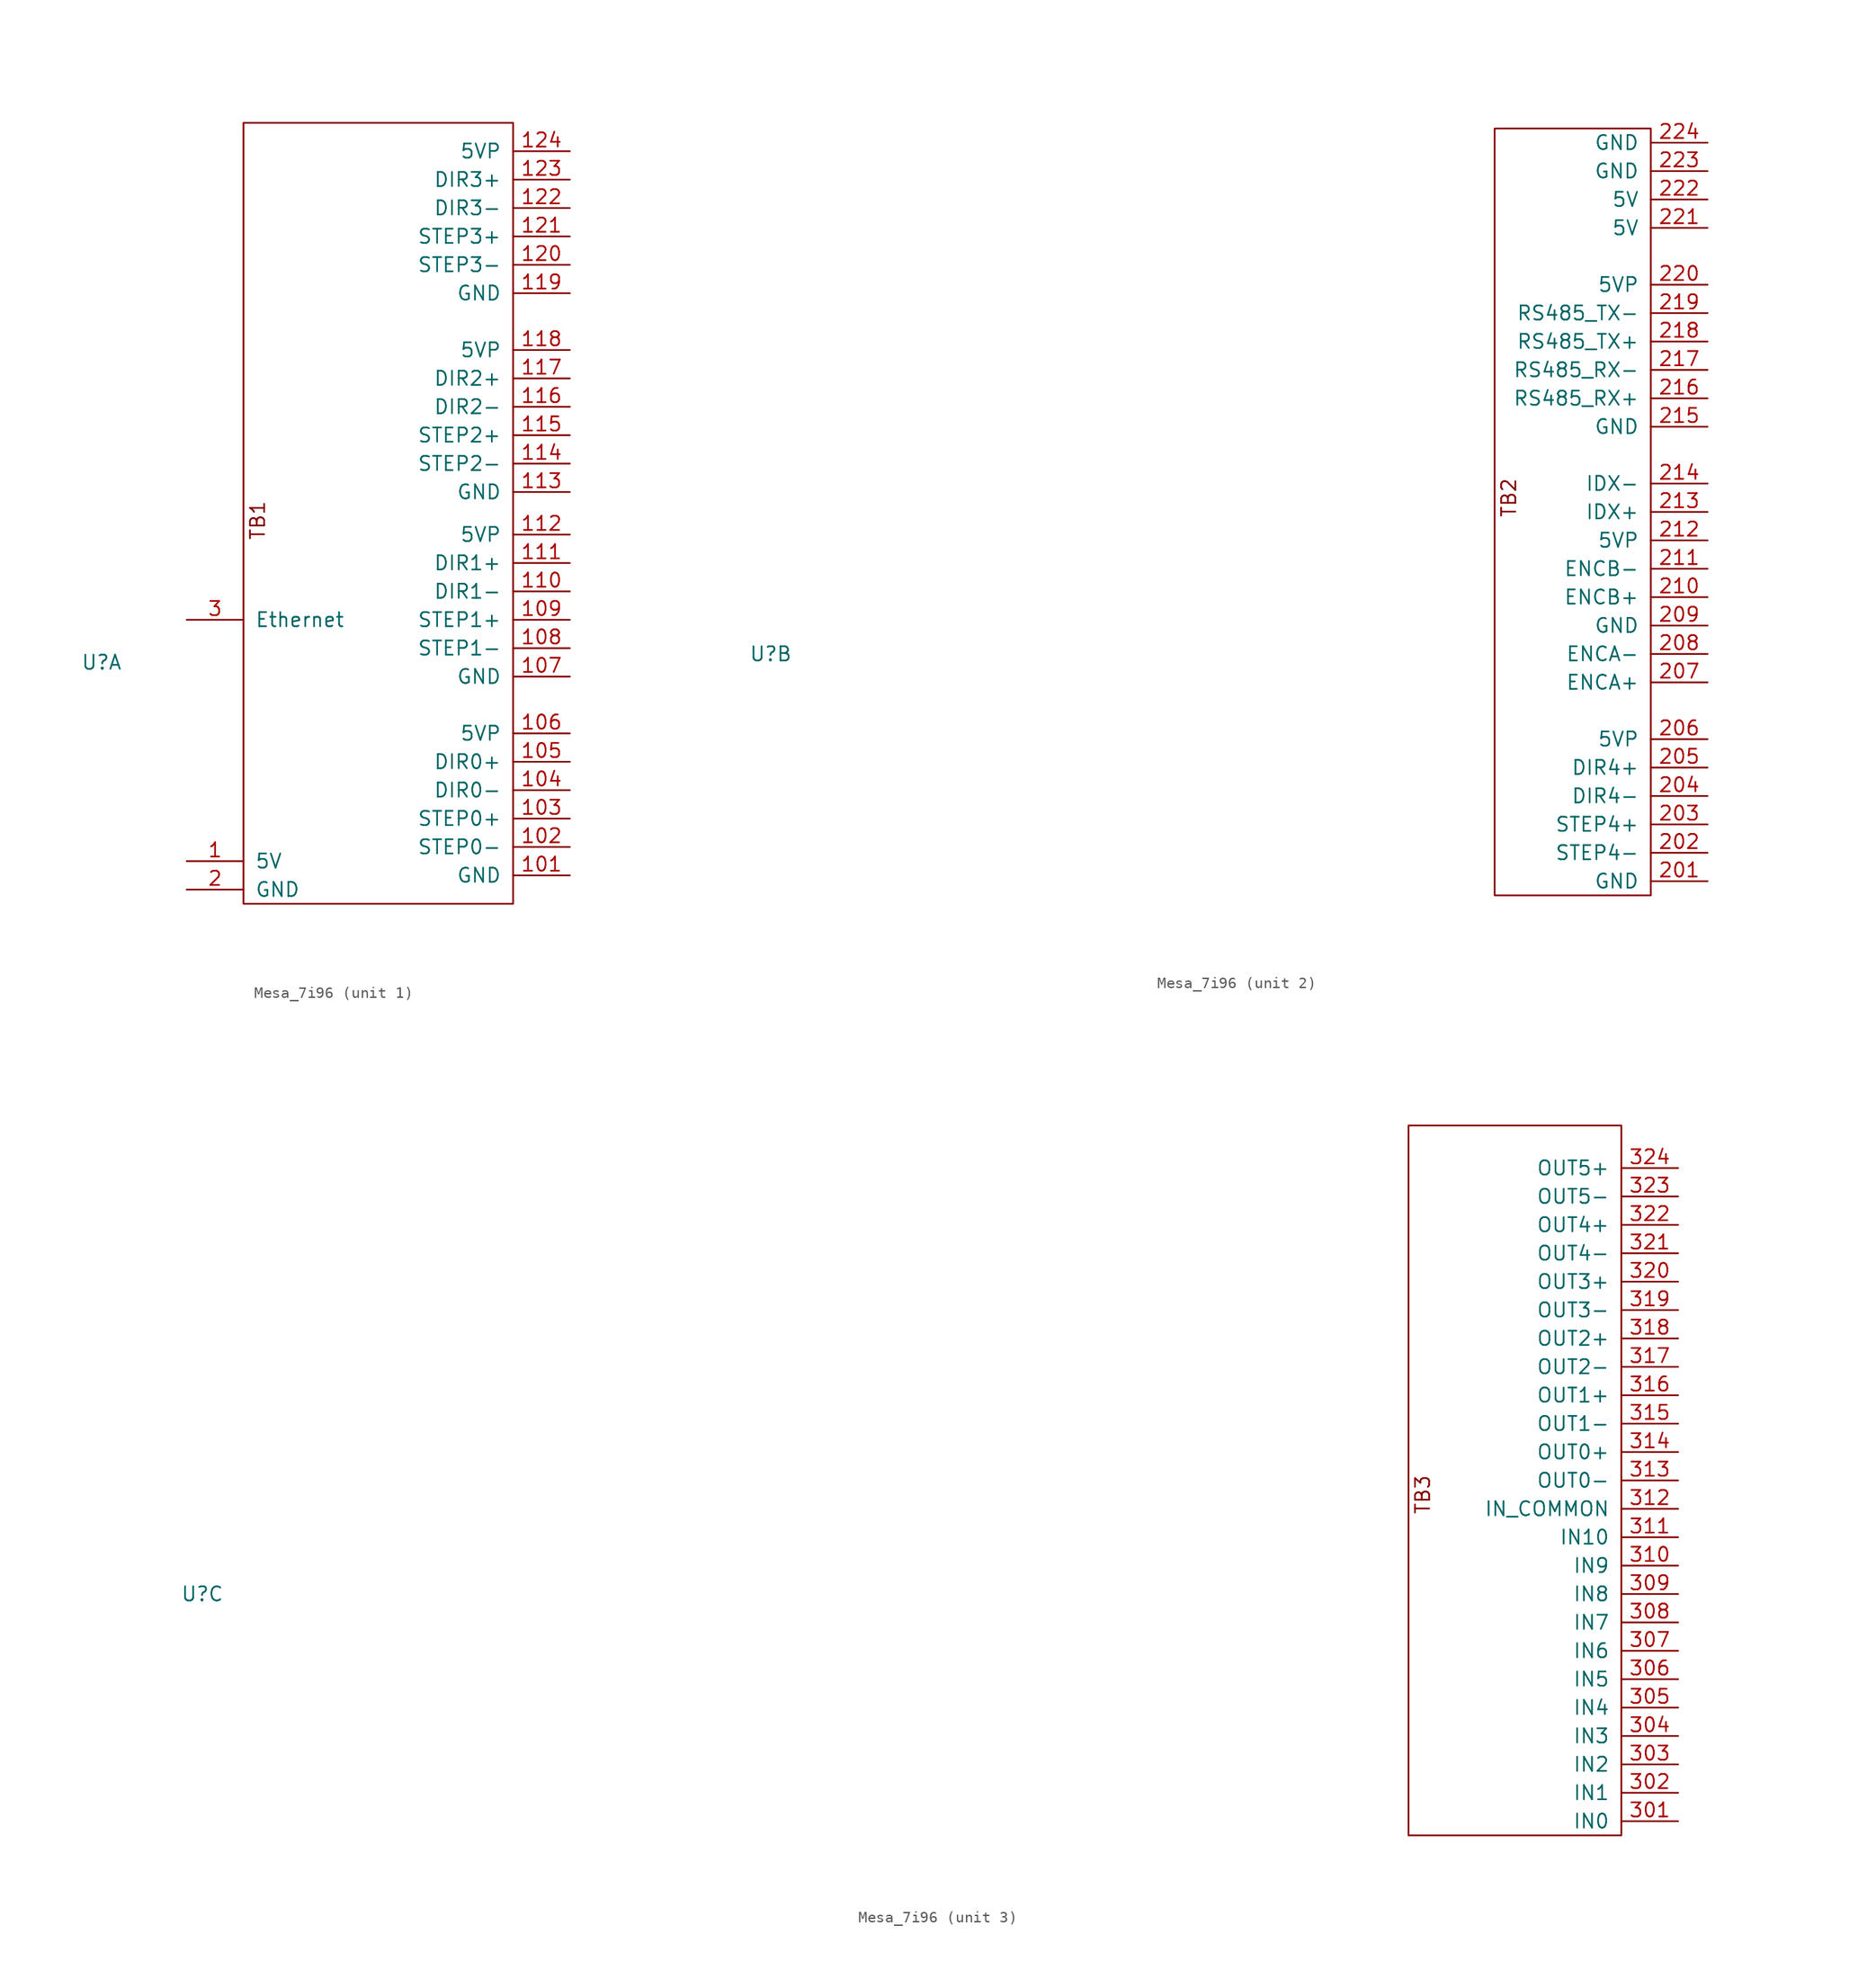
<source format=kicad_sym>
(kicad_symbol_lib
  (version 20231120)
  (generator "kicad_symbol_editor")
  (generator_version "8.0")
  (symbol "Mesa_7i96"
    (pin_names
      (offset 1.016))
    (property "Reference" "U"
      (at -43.18 21.59 0)
      (effects (font (size 1.27 1.27))))
    (property "Value" ""
      (at -43.18 21.59 0)
      (effects (font (size 1.27 1.27))))
    (symbol "Mesa_7i96_1_1"
      (rectangle (start -30.48 69.85) (end -6.35 0) (stroke (width 0) (type default)) (fill (type none)))
      (text "TB1" (at -29.21 34.29 900) (effects (font (size 1.27 1.27))))
      (pin power_in line (at -35.56 3.81 0) (length 5.08) (name "5V" (effects (font (size 1.27 1.27)))) (number "1" (effects (font (size 1.27 1.27)))))
      (pin power_out line (at -1.27 2.54 180) (length 5.08) (name "GND" (effects (font (size 1.27 1.27)))) (number "101" (effects (font (size 1.27 1.27)))))
      (pin output line (at -1.27 5.08 180) (length 5.08) (name "STEP0-" (effects (font (size 1.27 1.27)))) (number "102" (effects (font (size 1.27 1.27)))))
      (pin output line (at -1.27 7.62 180) (length 5.08) (name "STEP0+" (effects (font (size 1.27 1.27)))) (number "103" (effects (font (size 1.27 1.27)))))
      (pin output line (at -1.27 10.16 180) (length 5.08) (name "DIR0-" (effects (font (size 1.27 1.27)))) (number "104" (effects (font (size 1.27 1.27)))))
      (pin output line (at -1.27 12.7 180) (length 5.08) (name "DIR0+" (effects (font (size 1.27 1.27)))) (number "105" (effects (font (size 1.27 1.27)))))
      (pin power_out line (at -1.27 15.24 180) (length 5.08) (name "5VP" (effects (font (size 1.27 1.27)))) (number "106" (effects (font (size 1.27 1.27)))))
      (pin power_out line (at -1.27 20.32 180) (length 5.08) (name "GND" (effects (font (size 1.27 1.27)))) (number "107" (effects (font (size 1.27 1.27)))))
      (pin output line (at -1.27 22.86 180) (length 5.08) (name "STEP1-" (effects (font (size 1.27 1.27)))) (number "108" (effects (font (size 1.27 1.27)))))
      (pin output line (at -1.27 25.4 180) (length 5.08) (name "STEP1+" (effects (font (size 1.27 1.27)))) (number "109" (effects (font (size 1.27 1.27)))))
      (pin output line (at -1.27 27.94 180) (length 5.08) (name "DIR1-" (effects (font (size 1.27 1.27)))) (number "110" (effects (font (size 1.27 1.27)))))
      (pin output line (at -1.27 30.48 180) (length 5.08) (name "DIR1+" (effects (font (size 1.27 1.27)))) (number "111" (effects (font (size 1.27 1.27)))))
      (pin power_out line (at -1.27 33.02 180) (length 5.08) (name "5VP" (effects (font (size 1.27 1.27)))) (number "112" (effects (font (size 1.27 1.27)))))
      (pin power_out line (at -1.27 36.83 180) (length 5.08) (name "GND" (effects (font (size 1.27 1.27)))) (number "113" (effects (font (size 1.27 1.27)))))
      (pin output line (at -1.27 39.37 180) (length 5.08) (name "STEP2-" (effects (font (size 1.27 1.27)))) (number "114" (effects (font (size 1.27 1.27)))))
      (pin output line (at -1.27 41.91 180) (length 5.08) (name "STEP2+" (effects (font (size 1.27 1.27)))) (number "115" (effects (font (size 1.27 1.27)))))
      (pin output line (at -1.27 44.45 180) (length 5.08) (name "DIR2-" (effects (font (size 1.27 1.27)))) (number "116" (effects (font (size 1.27 1.27)))))
      (pin output line (at -1.27 46.99 180) (length 5.08) (name "DIR2+" (effects (font (size 1.27 1.27)))) (number "117" (effects (font (size 1.27 1.27)))))
      (pin power_out line (at -1.27 49.53 180) (length 5.08) (name "5VP" (effects (font (size 1.27 1.27)))) (number "118" (effects (font (size 1.27 1.27)))))
      (pin power_out line (at -1.27 54.61 180) (length 5.08) (name "GND" (effects (font (size 1.27 1.27)))) (number "119" (effects (font (size 1.27 1.27)))))
      (pin output line (at -1.27 57.15 180) (length 5.08) (name "STEP3-" (effects (font (size 1.27 1.27)))) (number "120" (effects (font (size 1.27 1.27)))))
      (pin output line (at -1.27 59.69 180) (length 5.08) (name "STEP3+" (effects (font (size 1.27 1.27)))) (number "121" (effects (font (size 1.27 1.27)))))
      (pin output line (at -1.27 62.23 180) (length 5.08) (name "DIR3-" (effects (font (size 1.27 1.27)))) (number "122" (effects (font (size 1.27 1.27)))))
      (pin output line (at -1.27 64.77 180) (length 5.08) (name "DIR3+" (effects (font (size 1.27 1.27)))) (number "123" (effects (font (size 1.27 1.27)))))
      (pin power_out line (at -1.27 67.31 180) (length 5.08) (name "5VP" (effects (font (size 1.27 1.27)))) (number "124" (effects (font (size 1.27 1.27)))))
      (pin power_in line (at -35.56 1.27 0) (length 5.08) (name "GND" (effects (font (size 1.27 1.27)))) (number "2" (effects (font (size 1.27 1.27)))))
      (pin bidirectional line (at -35.56 25.4 0) (length 5.08) (name "Ethernet" (effects (font (size 1.27 1.27)))) (number "3" (effects (font (size 1.27 1.27))))))
    (symbol "Mesa_7i96_2_1"
      (rectangle (start 21.59 68.58) (end 35.56 0) (stroke (width 0) (type default)) (fill (type none)))
      (text "TB2" (at 22.86 35.56 900) (effects (font (size 1.27 1.27))))
      (pin power_out line (at 40.64 1.27 180) (length 5.08) (name "GND" (effects (font (size 1.27 1.27)))) (number "201" (effects (font (size 1.27 1.27)))))
      (pin output line (at 40.64 3.81 180) (length 5.08) (name "STEP4-" (effects (font (size 1.27 1.27)))) (number "202" (effects (font (size 1.27 1.27)))))
      (pin output line (at 40.64 6.35 180) (length 5.08) (name "STEP4+" (effects (font (size 1.27 1.27)))) (number "203" (effects (font (size 1.27 1.27)))))
      (pin output line (at 40.64 8.89 180) (length 5.08) (name "DIR4-" (effects (font (size 1.27 1.27)))) (number "204" (effects (font (size 1.27 1.27)))))
      (pin output line (at 40.64 11.43 180) (length 5.08) (name "DIR4+" (effects (font (size 1.27 1.27)))) (number "205" (effects (font (size 1.27 1.27)))))
      (pin power_out line (at 40.64 13.97 180) (length 5.08) (name "5VP" (effects (font (size 1.27 1.27)))) (number "206" (effects (font (size 1.27 1.27)))))
      (pin input line (at 40.64 19.05 180) (length 5.08) (name "ENCA+" (effects (font (size 1.27 1.27)))) (number "207" (effects (font (size 1.27 1.27)))))
      (pin input line (at 40.64 21.59 180) (length 5.08) (name "ENCA-" (effects (font (size 1.27 1.27)))) (number "208" (effects (font (size 1.27 1.27)))))
      (pin power_out line (at 40.64 24.13 180) (length 5.08) (name "GND" (effects (font (size 1.27 1.27)))) (number "209" (effects (font (size 1.27 1.27)))))
      (pin input line (at 40.64 26.67 180) (length 5.08) (name "ENCB+" (effects (font (size 1.27 1.27)))) (number "210" (effects (font (size 1.27 1.27)))))
      (pin input line (at 40.64 29.21 180) (length 5.08) (name "ENCB-" (effects (font (size 1.27 1.27)))) (number "211" (effects (font (size 1.27 1.27)))))
      (pin power_out line (at 40.64 31.75 180) (length 5.08) (name "5VP" (effects (font (size 1.27 1.27)))) (number "212" (effects (font (size 1.27 1.27)))))
      (pin input line (at 40.64 34.29 180) (length 5.08) (name "IDX+" (effects (font (size 1.27 1.27)))) (number "213" (effects (font (size 1.27 1.27)))))
      (pin input line (at 40.64 36.83 180) (length 5.08) (name "IDX-" (effects (font (size 1.27 1.27)))) (number "214" (effects (font (size 1.27 1.27)))))
      (pin power_out line (at 40.64 41.91 180) (length 5.08) (name "GND" (effects (font (size 1.27 1.27)))) (number "215" (effects (font (size 1.27 1.27)))))
      (pin bidirectional line (at 40.64 44.45 180) (length 5.08) (name "RS485_RX+" (effects (font (size 1.27 1.27)))) (number "216" (effects (font (size 1.27 1.27)))))
      (pin bidirectional line (at 40.64 46.99 180) (length 5.08) (name "RS485_RX-" (effects (font (size 1.27 1.27)))) (number "217" (effects (font (size 1.27 1.27)))))
      (pin bidirectional line (at 40.64 49.53 180) (length 5.08) (name "RS485_TX+" (effects (font (size 1.27 1.27)))) (number "218" (effects (font (size 1.27 1.27)))))
      (pin bidirectional line (at 40.64 52.07 180) (length 5.08) (name "RS485_TX-" (effects (font (size 1.27 1.27)))) (number "219" (effects (font (size 1.27 1.27)))))
      (pin power_out line (at 40.64 54.61 180) (length 5.08) (name "5VP" (effects (font (size 1.27 1.27)))) (number "220" (effects (font (size 1.27 1.27)))))
      (pin power_in line (at 40.64 59.69 180) (length 5.08) (name "5V" (effects (font (size 1.27 1.27)))) (number "221" (effects (font (size 1.27 1.27)))))
      (pin power_in line (at 40.64 62.23 180) (length 5.08) (name "5V" (effects (font (size 1.27 1.27)))) (number "222" (effects (font (size 1.27 1.27)))))
      (pin power_in line (at 40.64 64.77 180) (length 5.08) (name "GND" (effects (font (size 1.27 1.27)))) (number "223" (effects (font (size 1.27 1.27)))))
      (pin power_in line (at 40.64 67.31 180) (length 5.08) (name "GND" (effects (font (size 1.27 1.27)))) (number "224" (effects (font (size 1.27 1.27))))))
    (symbol "Mesa_7i96_3_1"
      (rectangle (start 64.77 63.5) (end 83.82 0) (stroke (width 0) (type default)) (fill (type none)))
      (text "TB3" (at 66.04 30.48 900) (effects (font (size 1.27 1.27))))
      (pin input line (at 88.9 1.27 180) (length 5.08) (name "IN0" (effects (font (size 1.27 1.27)))) (number "301" (effects (font (size 1.27 1.27)))))
      (pin input line (at 88.9 3.81 180) (length 5.08) (name "IN1" (effects (font (size 1.27 1.27)))) (number "302" (effects (font (size 1.27 1.27)))))
      (pin input line (at 88.9 6.35 180) (length 5.08) (name "IN2" (effects (font (size 1.27 1.27)))) (number "303" (effects (font (size 1.27 1.27)))))
      (pin input line (at 88.9 8.89 180) (length 5.08) (name "IN3" (effects (font (size 1.27 1.27)))) (number "304" (effects (font (size 1.27 1.27)))))
      (pin input line (at 88.9 11.43 180) (length 5.08) (name "IN4" (effects (font (size 1.27 1.27)))) (number "305" (effects (font (size 1.27 1.27)))))
      (pin input line (at 88.9 13.97 180) (length 5.08) (name "IN5" (effects (font (size 1.27 1.27)))) (number "306" (effects (font (size 1.27 1.27)))))
      (pin input line (at 88.9 16.51 180) (length 5.08) (name "IN6" (effects (font (size 1.27 1.27)))) (number "307" (effects (font (size 1.27 1.27)))))
      (pin input line (at 88.9 19.05 180) (length 5.08) (name "IN7" (effects (font (size 1.27 1.27)))) (number "308" (effects (font (size 1.27 1.27)))))
      (pin input line (at 88.9 21.59 180) (length 5.08) (name "IN8" (effects (font (size 1.27 1.27)))) (number "309" (effects (font (size 1.27 1.27)))))
      (pin input line (at 88.9 24.13 180) (length 5.08) (name "IN9" (effects (font (size 1.27 1.27)))) (number "310" (effects (font (size 1.27 1.27)))))
      (pin input line (at 88.9 26.67 180) (length 5.08) (name "IN10" (effects (font (size 1.27 1.27)))) (number "311" (effects (font (size 1.27 1.27)))))
      (pin input line (at 88.9 29.21 180) (length 5.08) (name "IN_COMMON" (effects (font (size 1.27 1.27)))) (number "312" (effects (font (size 1.27 1.27)))))
      (pin output line (at 88.9 31.75 180) (length 5.08) (name "OUT0-" (effects (font (size 1.27 1.27)))) (number "313" (effects (font (size 1.27 1.27)))))
      (pin output line (at 88.9 34.29 180) (length 5.08) (name "OUT0+" (effects (font (size 1.27 1.27)))) (number "314" (effects (font (size 1.27 1.27)))))
      (pin output line (at 88.9 36.83 180) (length 5.08) (name "OUT1-" (effects (font (size 1.27 1.27)))) (number "315" (effects (font (size 1.27 1.27)))))
      (pin output line (at 88.9 39.37 180) (length 5.08) (name "OUT1+" (effects (font (size 1.27 1.27)))) (number "316" (effects (font (size 1.27 1.27)))))
      (pin output line (at 88.9 41.91 180) (length 5.08) (name "OUT2-" (effects (font (size 1.27 1.27)))) (number "317" (effects (font (size 1.27 1.27)))))
      (pin output line (at 88.9 44.45 180) (length 5.08) (name "OUT2+" (effects (font (size 1.27 1.27)))) (number "318" (effects (font (size 1.27 1.27)))))
      (pin output line (at 88.9 46.99 180) (length 5.08) (name "OUT3-" (effects (font (size 1.27 1.27)))) (number "319" (effects (font (size 1.27 1.27)))))
      (pin output line (at 88.9 49.53 180) (length 5.08) (name "OUT3+" (effects (font (size 1.27 1.27)))) (number "320" (effects (font (size 1.27 1.27)))))
      (pin output line (at 88.9 52.07 180) (length 5.08) (name "OUT4-" (effects (font (size 1.27 1.27)))) (number "321" (effects (font (size 1.27 1.27)))))
      (pin output line (at 88.9 54.61 180) (length 5.08) (name "OUT4+" (effects (font (size 1.27 1.27)))) (number "322" (effects (font (size 1.27 1.27)))))
      (pin output line (at 88.9 57.15 180) (length 5.08) (name "OUT5-" (effects (font (size 1.27 1.27)))) (number "323" (effects (font (size 1.27 1.27)))))
      (pin output line (at 88.9 59.69 180) (length 5.08) (name "OUT5+" (effects (font (size 1.27 1.27)))) (number "324" (effects (font (size 1.27 1.27))))))))
</source>
